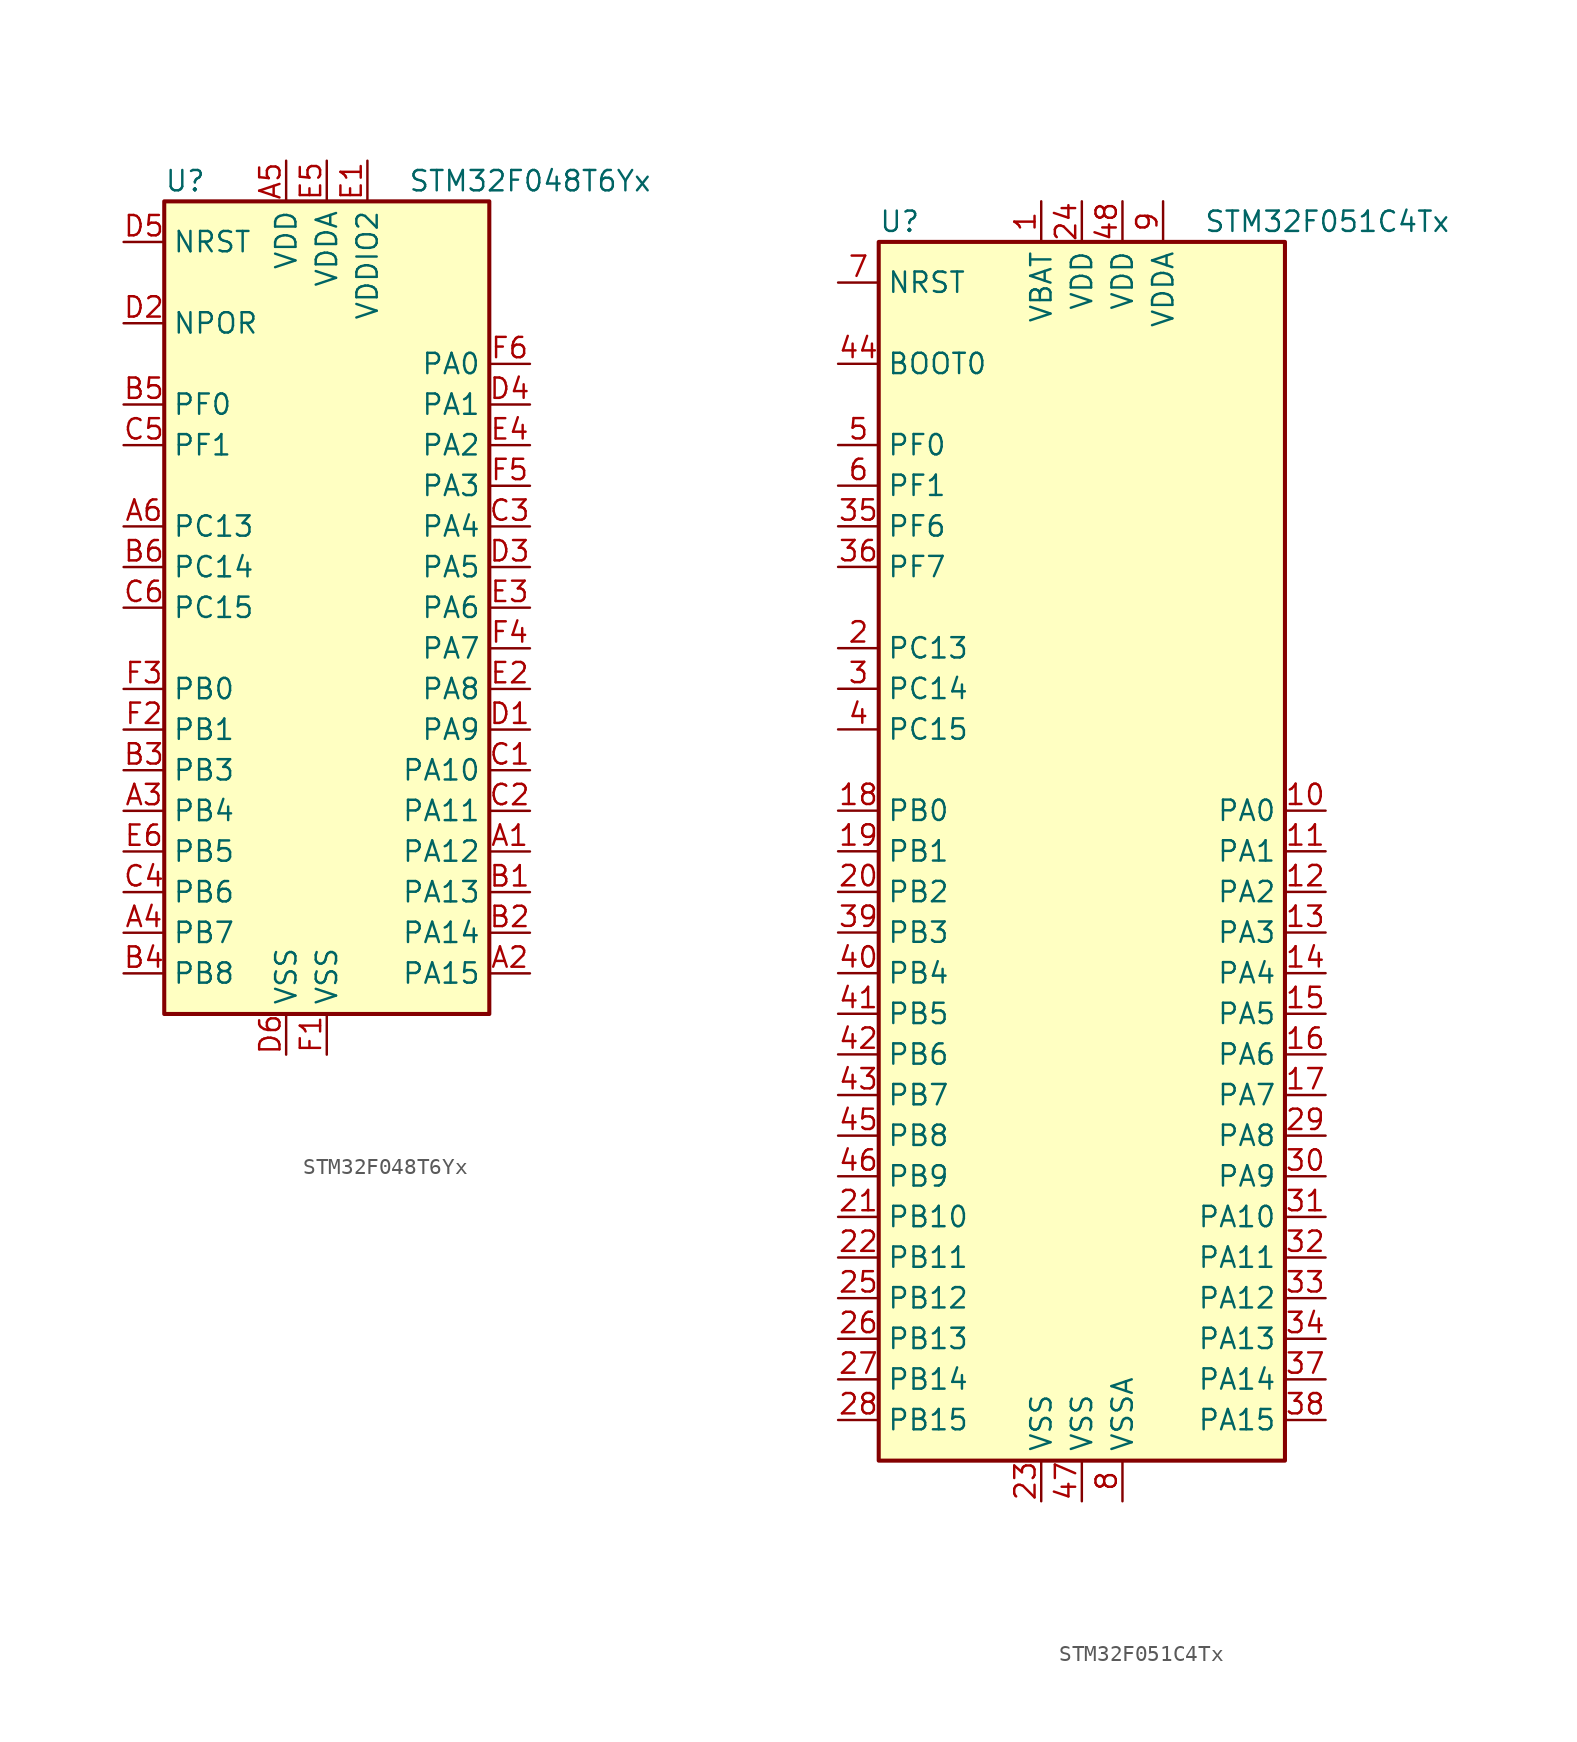
<source format=kicad_sym>
(kicad_symbol_lib
  (version 20201005)
  (generator kicad_symbol_editor)
  (symbol "STM32F048T6Yx"
    (property "Reference" "U"
      (at -10.16 26.67 0)
      (effects (font (size 1.27 1.27)) (justify left)))
    (property "Value" "STM32F048T6Yx"
      (at 5.08 26.67 0)
      (effects (font (size 1.27 1.27)) (justify left)))
    (symbol "STM32F048T6Yx_0_1"
      (rectangle (start -10.16 -25.4) (end 10.16 25.4) (stroke (width 0.254)) (fill (type background))))
    (symbol "STM32F048T6Yx_1_1"
      (pin power_in line (at -12.7 17.78 0) (length 2.54) (name "NPOR" (effects (font (size 1.27 1.27)))) (number "D2" (effects (font (size 1.27 1.27)))))
      (pin input line (at -12.7 22.86 0) (length 2.54) (name "NRST" (effects (font (size 1.27 1.27)))) (number "D5" (effects (font (size 1.27 1.27)))))
      (pin bidirectional line (at 12.7 15.24 180) (length 2.54) (name "PA0" (effects (font (size 1.27 1.27)))) (number "F6" (effects (font (size 1.27 1.27)))))
      (pin bidirectional line (at 12.7 12.7 180) (length 2.54) (name "PA1" (effects (font (size 1.27 1.27)))) (number "D4" (effects (font (size 1.27 1.27)))))
      (pin bidirectional line (at 12.7 -10.16 180) (length 2.54) (name "PA10" (effects (font (size 1.27 1.27)))) (number "C1" (effects (font (size 1.27 1.27)))))
      (pin bidirectional line (at 12.7 -12.7 180) (length 2.54) (name "PA11" (effects (font (size 1.27 1.27)))) (number "C2" (effects (font (size 1.27 1.27)))))
      (pin bidirectional line (at 12.7 -15.24 180) (length 2.54) (name "PA12" (effects (font (size 1.27 1.27)))) (number "A1" (effects (font (size 1.27 1.27)))))
      (pin bidirectional line (at 12.7 -17.78 180) (length 2.54) (name "PA13" (effects (font (size 1.27 1.27)))) (number "B1" (effects (font (size 1.27 1.27)))))
      (pin bidirectional line (at 12.7 -20.32 180) (length 2.54) (name "PA14" (effects (font (size 1.27 1.27)))) (number "B2" (effects (font (size 1.27 1.27)))))
      (pin bidirectional line (at 12.7 -22.86 180) (length 2.54) (name "PA15" (effects (font (size 1.27 1.27)))) (number "A2" (effects (font (size 1.27 1.27)))))
      (pin bidirectional line (at 12.7 10.16 180) (length 2.54) (name "PA2" (effects (font (size 1.27 1.27)))) (number "E4" (effects (font (size 1.27 1.27)))))
      (pin bidirectional line (at 12.7 7.62 180) (length 2.54) (name "PA3" (effects (font (size 1.27 1.27)))) (number "F5" (effects (font (size 1.27 1.27)))))
      (pin bidirectional line (at 12.7 5.08 180) (length 2.54) (name "PA4" (effects (font (size 1.27 1.27)))) (number "C3" (effects (font (size 1.27 1.27)))))
      (pin bidirectional line (at 12.7 2.54 180) (length 2.54) (name "PA5" (effects (font (size 1.27 1.27)))) (number "D3" (effects (font (size 1.27 1.27)))))
      (pin bidirectional line (at 12.7 0 180) (length 2.54) (name "PA6" (effects (font (size 1.27 1.27)))) (number "E3" (effects (font (size 1.27 1.27)))))
      (pin bidirectional line (at 12.7 -2.54 180) (length 2.54) (name "PA7" (effects (font (size 1.27 1.27)))) (number "F4" (effects (font (size 1.27 1.27)))))
      (pin bidirectional line (at 12.7 -5.08 180) (length 2.54) (name "PA8" (effects (font (size 1.27 1.27)))) (number "E2" (effects (font (size 1.27 1.27)))))
      (pin bidirectional line (at 12.7 -7.62 180) (length 2.54) (name "PA9" (effects (font (size 1.27 1.27)))) (number "D1" (effects (font (size 1.27 1.27)))))
      (pin bidirectional line (at -12.7 -5.08 0) (length 2.54) (name "PB0" (effects (font (size 1.27 1.27)))) (number "F3" (effects (font (size 1.27 1.27)))))
      (pin bidirectional line (at -12.7 -7.62 0) (length 2.54) (name "PB1" (effects (font (size 1.27 1.27)))) (number "F2" (effects (font (size 1.27 1.27)))))
      (pin bidirectional line (at -12.7 -10.16 0) (length 2.54) (name "PB3" (effects (font (size 1.27 1.27)))) (number "B3" (effects (font (size 1.27 1.27)))))
      (pin bidirectional line (at -12.7 -12.7 0) (length 2.54) (name "PB4" (effects (font (size 1.27 1.27)))) (number "A3" (effects (font (size 1.27 1.27)))))
      (pin bidirectional line (at -12.7 -15.24 0) (length 2.54) (name "PB5" (effects (font (size 1.27 1.27)))) (number "E6" (effects (font (size 1.27 1.27)))))
      (pin bidirectional line (at -12.7 -17.78 0) (length 2.54) (name "PB6" (effects (font (size 1.27 1.27)))) (number "C4" (effects (font (size 1.27 1.27)))))
      (pin bidirectional line (at -12.7 -20.32 0) (length 2.54) (name "PB7" (effects (font (size 1.27 1.27)))) (number "A4" (effects (font (size 1.27 1.27)))))
      (pin bidirectional line (at -12.7 -22.86 0) (length 2.54) (name "PB8" (effects (font (size 1.27 1.27)))) (number "B4" (effects (font (size 1.27 1.27)))))
      (pin bidirectional line (at -12.7 5.08 0) (length 2.54) (name "PC13" (effects (font (size 1.27 1.27)))) (number "A6" (effects (font (size 1.27 1.27)))))
      (pin bidirectional line (at -12.7 2.54 0) (length 2.54) (name "PC14" (effects (font (size 1.27 1.27)))) (number "B6" (effects (font (size 1.27 1.27)))))
      (pin bidirectional line (at -12.7 0 0) (length 2.54) (name "PC15" (effects (font (size 1.27 1.27)))) (number "C6" (effects (font (size 1.27 1.27)))))
      (pin input line (at -12.7 12.7 0) (length 2.54) (name "PF0" (effects (font (size 1.27 1.27)))) (number "B5" (effects (font (size 1.27 1.27)))))
      (pin input line (at -12.7 10.16 0) (length 2.54) (name "PF1" (effects (font (size 1.27 1.27)))) (number "C5" (effects (font (size 1.27 1.27)))))
      (pin power_in line (at -2.54 27.94 270) (length 2.54) (name "VDD" (effects (font (size 1.27 1.27)))) (number "A5" (effects (font (size 1.27 1.27)))))
      (pin power_in line (at 0 27.94 270) (length 2.54) (name "VDDA" (effects (font (size 1.27 1.27)))) (number "E5" (effects (font (size 1.27 1.27)))))
      (pin power_in line (at 2.54 27.94 270) (length 2.54) (name "VDDIO2" (effects (font (size 1.27 1.27)))) (number "E1" (effects (font (size 1.27 1.27)))))
      (pin power_in line (at -2.54 -27.94 90) (length 2.54) (name "VSS" (effects (font (size 1.27 1.27)))) (number "D6" (effects (font (size 1.27 1.27)))))
      (pin power_in line (at 0 -27.94 90) (length 2.54) (name "VSS" (effects (font (size 1.27 1.27)))) (number "F1" (effects (font (size 1.27 1.27)))))))
  (symbol "STM32F051C4Tx"
    (property "Reference" "U"
      (at -12.7 39.37 0)
      (effects (font (size 1.27 1.27)) (justify left)))
    (property "Value" "STM32F051C4Tx"
      (at 7.62 39.37 0)
      (effects (font (size 1.27 1.27)) (justify left)))
    (symbol "STM32F051C4Tx_0_1"
      (rectangle (start -12.7 -38.1) (end 12.7 38.1) (stroke (width 0.254)) (fill (type background))))
    (symbol "STM32F051C4Tx_1_1"
      (pin input line (at -15.24 30.48 0) (length 2.54) (name "BOOT0" (effects (font (size 1.27 1.27)))) (number "44" (effects (font (size 1.27 1.27)))))
      (pin input line (at -15.24 35.56 0) (length 2.54) (name "NRST" (effects (font (size 1.27 1.27)))) (number "7" (effects (font (size 1.27 1.27)))))
      (pin bidirectional line (at 15.24 2.54 180) (length 2.54) (name "PA0" (effects (font (size 1.27 1.27)))) (number "10" (effects (font (size 1.27 1.27)))))
      (pin bidirectional line (at 15.24 0 180) (length 2.54) (name "PA1" (effects (font (size 1.27 1.27)))) (number "11" (effects (font (size 1.27 1.27)))))
      (pin bidirectional line (at 15.24 -22.86 180) (length 2.54) (name "PA10" (effects (font (size 1.27 1.27)))) (number "31" (effects (font (size 1.27 1.27)))))
      (pin bidirectional line (at 15.24 -25.4 180) (length 2.54) (name "PA11" (effects (font (size 1.27 1.27)))) (number "32" (effects (font (size 1.27 1.27)))))
      (pin bidirectional line (at 15.24 -27.94 180) (length 2.54) (name "PA12" (effects (font (size 1.27 1.27)))) (number "33" (effects (font (size 1.27 1.27)))))
      (pin bidirectional line (at 15.24 -30.48 180) (length 2.54) (name "PA13" (effects (font (size 1.27 1.27)))) (number "34" (effects (font (size 1.27 1.27)))))
      (pin bidirectional line (at 15.24 -33.02 180) (length 2.54) (name "PA14" (effects (font (size 1.27 1.27)))) (number "37" (effects (font (size 1.27 1.27)))))
      (pin bidirectional line (at 15.24 -35.56 180) (length 2.54) (name "PA15" (effects (font (size 1.27 1.27)))) (number "38" (effects (font (size 1.27 1.27)))))
      (pin bidirectional line (at 15.24 -2.54 180) (length 2.54) (name "PA2" (effects (font (size 1.27 1.27)))) (number "12" (effects (font (size 1.27 1.27)))))
      (pin bidirectional line (at 15.24 -5.08 180) (length 2.54) (name "PA3" (effects (font (size 1.27 1.27)))) (number "13" (effects (font (size 1.27 1.27)))))
      (pin bidirectional line (at 15.24 -7.62 180) (length 2.54) (name "PA4" (effects (font (size 1.27 1.27)))) (number "14" (effects (font (size 1.27 1.27)))))
      (pin bidirectional line (at 15.24 -10.16 180) (length 2.54) (name "PA5" (effects (font (size 1.27 1.27)))) (number "15" (effects (font (size 1.27 1.27)))))
      (pin bidirectional line (at 15.24 -12.7 180) (length 2.54) (name "PA6" (effects (font (size 1.27 1.27)))) (number "16" (effects (font (size 1.27 1.27)))))
      (pin bidirectional line (at 15.24 -15.24 180) (length 2.54) (name "PA7" (effects (font (size 1.27 1.27)))) (number "17" (effects (font (size 1.27 1.27)))))
      (pin bidirectional line (at 15.24 -17.78 180) (length 2.54) (name "PA8" (effects (font (size 1.27 1.27)))) (number "29" (effects (font (size 1.27 1.27)))))
      (pin bidirectional line (at 15.24 -20.32 180) (length 2.54) (name "PA9" (effects (font (size 1.27 1.27)))) (number "30" (effects (font (size 1.27 1.27)))))
      (pin bidirectional line (at -15.24 2.54 0) (length 2.54) (name "PB0" (effects (font (size 1.27 1.27)))) (number "18" (effects (font (size 1.27 1.27)))))
      (pin bidirectional line (at -15.24 0 0) (length 2.54) (name "PB1" (effects (font (size 1.27 1.27)))) (number "19" (effects (font (size 1.27 1.27)))))
      (pin bidirectional line (at -15.24 -22.86 0) (length 2.54) (name "PB10" (effects (font (size 1.27 1.27)))) (number "21" (effects (font (size 1.27 1.27)))))
      (pin bidirectional line (at -15.24 -25.4 0) (length 2.54) (name "PB11" (effects (font (size 1.27 1.27)))) (number "22" (effects (font (size 1.27 1.27)))))
      (pin bidirectional line (at -15.24 -27.94 0) (length 2.54) (name "PB12" (effects (font (size 1.27 1.27)))) (number "25" (effects (font (size 1.27 1.27)))))
      (pin bidirectional line (at -15.24 -30.48 0) (length 2.54) (name "PB13" (effects (font (size 1.27 1.27)))) (number "26" (effects (font (size 1.27 1.27)))))
      (pin bidirectional line (at -15.24 -33.02 0) (length 2.54) (name "PB14" (effects (font (size 1.27 1.27)))) (number "27" (effects (font (size 1.27 1.27)))))
      (pin bidirectional line (at -15.24 -35.56 0) (length 2.54) (name "PB15" (effects (font (size 1.27 1.27)))) (number "28" (effects (font (size 1.27 1.27)))))
      (pin bidirectional line (at -15.24 -2.54 0) (length 2.54) (name "PB2" (effects (font (size 1.27 1.27)))) (number "20" (effects (font (size 1.27 1.27)))))
      (pin bidirectional line (at -15.24 -5.08 0) (length 2.54) (name "PB3" (effects (font (size 1.27 1.27)))) (number "39" (effects (font (size 1.27 1.27)))))
      (pin bidirectional line (at -15.24 -7.62 0) (length 2.54) (name "PB4" (effects (font (size 1.27 1.27)))) (number "40" (effects (font (size 1.27 1.27)))))
      (pin bidirectional line (at -15.24 -10.16 0) (length 2.54) (name "PB5" (effects (font (size 1.27 1.27)))) (number "41" (effects (font (size 1.27 1.27)))))
      (pin bidirectional line (at -15.24 -12.7 0) (length 2.54) (name "PB6" (effects (font (size 1.27 1.27)))) (number "42" (effects (font (size 1.27 1.27)))))
      (pin bidirectional line (at -15.24 -15.24 0) (length 2.54) (name "PB7" (effects (font (size 1.27 1.27)))) (number "43" (effects (font (size 1.27 1.27)))))
      (pin bidirectional line (at -15.24 -17.78 0) (length 2.54) (name "PB8" (effects (font (size 1.27 1.27)))) (number "45" (effects (font (size 1.27 1.27)))))
      (pin bidirectional line (at -15.24 -20.32 0) (length 2.54) (name "PB9" (effects (font (size 1.27 1.27)))) (number "46" (effects (font (size 1.27 1.27)))))
      (pin bidirectional line (at -15.24 12.7 0) (length 2.54) (name "PC13" (effects (font (size 1.27 1.27)))) (number "2" (effects (font (size 1.27 1.27)))))
      (pin bidirectional line (at -15.24 10.16 0) (length 2.54) (name "PC14" (effects (font (size 1.27 1.27)))) (number "3" (effects (font (size 1.27 1.27)))))
      (pin bidirectional line (at -15.24 7.62 0) (length 2.54) (name "PC15" (effects (font (size 1.27 1.27)))) (number "4" (effects (font (size 1.27 1.27)))))
      (pin input line (at -15.24 25.4 0) (length 2.54) (name "PF0" (effects (font (size 1.27 1.27)))) (number "5" (effects (font (size 1.27 1.27)))))
      (pin input line (at -15.24 22.86 0) (length 2.54) (name "PF1" (effects (font (size 1.27 1.27)))) (number "6" (effects (font (size 1.27 1.27)))))
      (pin bidirectional line (at -15.24 20.32 0) (length 2.54) (name "PF6" (effects (font (size 1.27 1.27)))) (number "35" (effects (font (size 1.27 1.27)))))
      (pin bidirectional line (at -15.24 17.78 0) (length 2.54) (name "PF7" (effects (font (size 1.27 1.27)))) (number "36" (effects (font (size 1.27 1.27)))))
      (pin power_in line (at -2.54 40.64 270) (length 2.54) (name "VBAT" (effects (font (size 1.27 1.27)))) (number "1" (effects (font (size 1.27 1.27)))))
      (pin power_in line (at 0 40.64 270) (length 2.54) (name "VDD" (effects (font (size 1.27 1.27)))) (number "24" (effects (font (size 1.27 1.27)))))
      (pin power_in line (at 2.54 40.64 270) (length 2.54) (name "VDD" (effects (font (size 1.27 1.27)))) (number "48" (effects (font (size 1.27 1.27)))))
      (pin power_in line (at 5.08 40.64 270) (length 2.54) (name "VDDA" (effects (font (size 1.27 1.27)))) (number "9" (effects (font (size 1.27 1.27)))))
      (pin power_in line (at -2.54 -40.64 90) (length 2.54) (name "VSS" (effects (font (size 1.27 1.27)))) (number "23" (effects (font (size 1.27 1.27)))))
      (pin power_in line (at 0 -40.64 90) (length 2.54) (name "VSS" (effects (font (size 1.27 1.27)))) (number "47" (effects (font (size 1.27 1.27)))))
      (pin power_in line (at 2.54 -40.64 90) (length 2.54) (name "VSSA" (effects (font (size 1.27 1.27)))) (number "8" (effects (font (size 1.27 1.27))))))))
</source>
